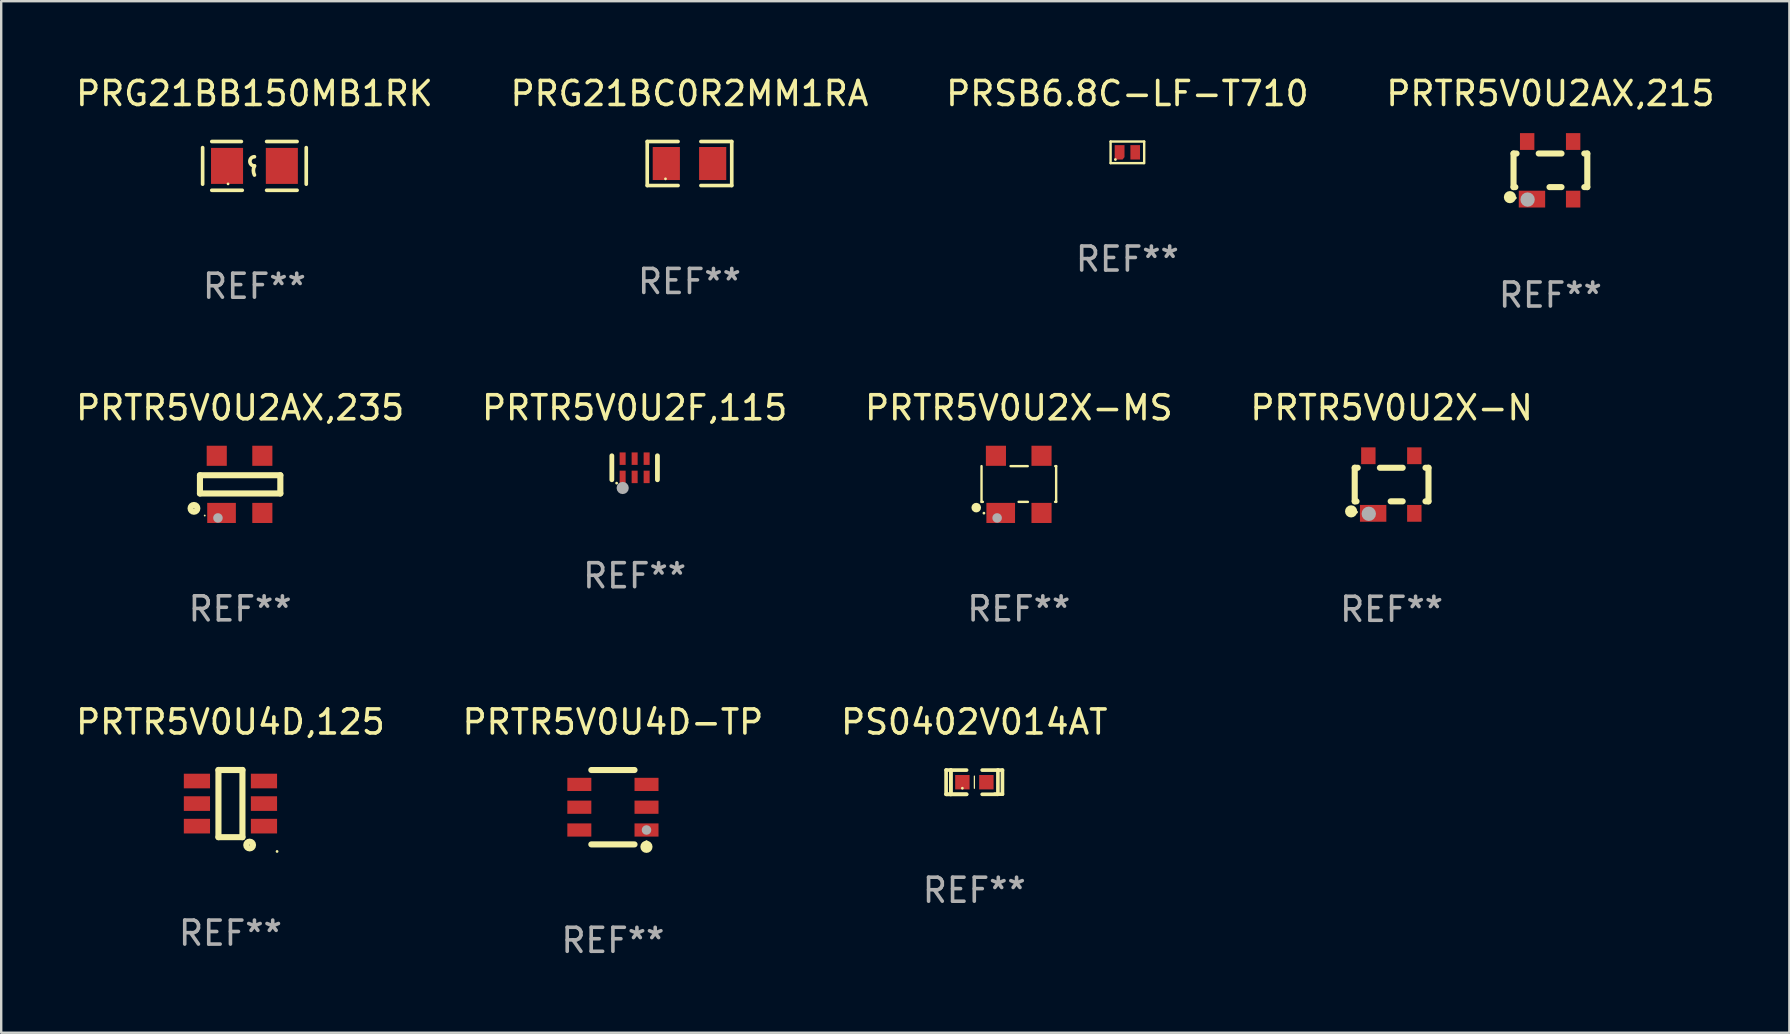
<source format=kicad_pcb>
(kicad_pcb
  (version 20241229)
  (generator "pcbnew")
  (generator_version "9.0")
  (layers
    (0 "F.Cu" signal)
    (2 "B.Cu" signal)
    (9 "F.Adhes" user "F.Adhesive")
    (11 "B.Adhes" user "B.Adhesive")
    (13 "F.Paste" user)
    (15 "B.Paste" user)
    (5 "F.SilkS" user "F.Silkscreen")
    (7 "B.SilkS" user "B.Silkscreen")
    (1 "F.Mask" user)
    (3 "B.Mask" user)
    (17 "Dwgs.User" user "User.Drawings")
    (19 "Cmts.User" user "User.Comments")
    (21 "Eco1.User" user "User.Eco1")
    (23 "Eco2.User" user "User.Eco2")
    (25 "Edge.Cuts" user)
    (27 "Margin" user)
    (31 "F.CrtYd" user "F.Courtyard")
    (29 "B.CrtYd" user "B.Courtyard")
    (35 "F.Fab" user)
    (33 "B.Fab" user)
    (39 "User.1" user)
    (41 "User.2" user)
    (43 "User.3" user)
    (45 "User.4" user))
  (footprint "PRTR5V0U2AX,235"
    (layer "F.Cu")
    (at 6.958 17.136)
    (property "Reference" "PRTR5V0U2AX,235" (at 0 -3.191 0) (layer "F.SilkS") (effects (font (size 1 1) (thickness 0.15))))
    (attr through_hole)
    (fp_line (start -1.675 -0.38) (end -1.675 0.38) (stroke (width 0.254) (type solid)) (layer "F.SilkS"))
    (fp_line (start -1.675 -0.38) (end 1.675 -0.38) (stroke (width 0.254) (type solid)) (layer "F.SilkS"))
    (fp_line (start -1.675 0.38) (end 1.675 0.38) (stroke (width 0.254) (type solid)) (layer "F.SilkS"))
    (fp_line (start 1.675 -0.38) (end 1.675 0.38) (stroke (width 0.254) (type solid)) (layer "F.SilkS"))
    (fp_circle (center -1.925 1) (end -1.783 1) (stroke (width 0.254) (type solid)) (fill no) (layer "F.SilkS"))
    (fp_circle (center -1.475 1.3) (end -1.455 1.3) (stroke (width 0.04) (type solid)) (fill no) (layer "F.SilkS"))
    (fp_circle (center -0.925 1.4) (end -0.825 1.4) (stroke (width 0.2) (type solid)) (fill no) (layer "F.Fab"))
    (fp_text user "REF**" (at 0 5.191 0) (layer "F.Fab") (effects (font (size 1 1) (thickness 0.15))))
    (pad "1" smd rect (at -0.775 1.191) (size 1.194 0.838) (layers "F.Cu" "F.Mask" "F.Paste"))
    (pad "2" smd rect (at 0.925 1.191) (size 0.838 0.838) (layers "F.Cu" "F.Mask" "F.Paste"))
    (pad "3" smd rect (at 0.925 -1.191) (size 0.838 0.838) (layers "F.Cu" "F.Mask" "F.Paste"))
    (pad "4" smd rect (at -0.975 -1.191) (size 0.838 0.838) (layers "F.Cu" "F.Mask" "F.Paste")))
  (footprint "PRTR5V0U2X-MS"
    (layer "F.Cu")
    (at 39.411 17.136)
    (property "Reference" "PRTR5V0U2X-MS" (at 0 -3.191 0) (layer "F.SilkS") (effects (font (size 1 1) (thickness 0.15))))
    (attr through_hole)
    (fp_line (start -1.555 0.73) (end -1.555 -0.76) (stroke (width 0.1) (type solid)) (layer "F.SilkS"))
    (fp_line (start -1.5 0.73) (end -1.555 0.73) (stroke (width 0.1) (type solid)) (layer "F.SilkS"))
    (fp_line (start -0.345 -0.76) (end 0.372 -0.76) (stroke (width 0.1) (type solid)) (layer "F.SilkS"))
    (fp_line (start 0.378 0.73) (end -0.01 0.73) (stroke (width 0.1) (type solid)) (layer "F.SilkS"))
    (fp_line (start 1.518 -0.76) (end 1.555 -0.76) (stroke (width 0.1) (type solid)) (layer "F.SilkS"))
    (fp_line (start 1.555 -0.76) (end 1.555 0.73) (stroke (width 0.1) (type solid)) (layer "F.SilkS"))
    (fp_line (start 1.555 0.73) (end 1.512 0.73) (stroke (width 0.1) (type solid)) (layer "F.SilkS"))
    (fp_circle (center -1.775 0.97) (end -1.675 0.97) (stroke (width 0.2) (type solid)) (fill no) (layer "F.SilkS"))
    (fp_circle (center -1.455 1.2) (end -1.425 1.2) (stroke (width 0.06) (type solid)) (fill no) (layer "F.SilkS"))
    (fp_circle (center -0.905 1.4) (end -0.805 1.4) (stroke (width 0.2) (type solid)) (fill no) (layer "F.Fab"))
    (fp_text user "REF**" (at 0 5.191 0) (layer "F.Fab") (effects (font (size 1 1) (thickness 0.15))))
    (pad "1" smd rect (at -0.755 1.191) (size 1.194 0.838) (layers "F.Cu" "F.Mask" "F.Paste"))
    (pad "2" smd rect (at 0.945 1.191) (size 0.838 0.838) (layers "F.Cu" "F.Mask" "F.Paste"))
    (pad "3" smd rect (at 0.945 -1.191) (size 0.838 0.838) (layers "F.Cu" "F.Mask" "F.Paste"))
    (pad "4" smd rect (at -0.955 -1.191) (size 0.838 0.838) (layers "F.Cu" "F.Mask" "F.Paste")))
  (footprint "PRSB6.8C-LF-T710"
    (layer "F.Cu")
    (at 43.935 3.298)
    (property "Reference" "PRSB6.8C-LF-T710" (at 0 -2.45 0) (layer "F.SilkS") (effects (font (size 1 1) (thickness 0.15))))
    (attr through_hole)
    (fp_line (start -0.7 -0.45) (end -0.7 0.45) (stroke (width 0.1) (type solid)) (layer "F.SilkS"))
    (fp_line (start -0.7 -0.45) (end 0.7 -0.45) (stroke (width 0.1) (type solid)) (layer "F.SilkS"))
    (fp_line (start -0.7 0.45) (end 0.69 0.45) (stroke (width 0.1) (type solid)) (layer "F.SilkS"))
    (fp_line (start 0.7 -0.45) (end 0.7 0.45) (stroke (width 0.1) (type solid)) (layer "F.SilkS"))
    (fp_circle (center -0.5 0.3) (end -0.47 0.3) (stroke (width 0.06) (type solid)) (fill no) (layer "F.SilkS"))
    (fp_text user "REF**" (at 0 4.45 0) (layer "F.Fab") (effects (font (size 1 1) (thickness 0.15))))
    (pad "1" smd custom (at -0.325 0) (size 0.41 0.6) (layers "F.Cu" "F.Mask" "F.Paste") (options (anchor circle)) (primitives (gr_poly (pts (xy -0.205 -0.3) (xy -0.205 0.3) (xy 0.125 0.3) (xy 0.205 0.2) (xy 0.205 -0.3) (xy -0.205 -0.3)) (width 0) (fill yes))))
    (pad "2" smd rect (at 0.325 0 90) (size 0.6 0.4) (layers "F.Cu" "F.Mask" "F.Paste")))
  (footprint "PRTR5V0U2X-N"
    (layer "F.Cu")
    (at 54.946 17.144)
    (property "Reference" "PRTR5V0U2X-N" (at 0 -3.2 0) (layer "F.SilkS") (effects (font (size 1 1) (thickness 0.15))))
    (attr through_hole)
    (fp_line (start -1.537 -0.7) (end -1.412 -0.7) (stroke (width 0.254) (type solid)) (layer "F.SilkS"))
    (fp_line (start -1.537 0.7) (end -1.537 -0.7) (stroke (width 0.254) (type solid)) (layer "F.SilkS"))
    (fp_line (start -1.537 0.7) (end -1.462 0.7) (stroke (width 0.254) (type solid)) (layer "F.SilkS"))
    (fp_line (start -0.488 -0.7) (end 0.462 -0.7) (stroke (width 0.254) (type solid)) (layer "F.SilkS"))
    (fp_line (start -0.038 0.7) (end 0.462 0.7) (stroke (width 0.254) (type solid)) (layer "F.SilkS"))
    (fp_line (start 1.412 -0.7) (end 1.537 -0.7) (stroke (width 0.254) (type solid)) (layer "F.SilkS"))
    (fp_line (start 1.412 0.7) (end 1.537 0.7) (stroke (width 0.254) (type solid)) (layer "F.SilkS"))
    (fp_line (start 1.537 0.7) (end 1.537 -0.7) (stroke (width 0.254) (type solid)) (layer "F.SilkS"))
    (fp_circle (center -1.687 1.118) (end -1.56 1.118) (stroke (width 0.254) (type solid)) (fill no) (layer "F.SilkS"))
    (fp_circle (center -1.461 1.15) (end -1.431 1.15) (stroke (width 0.06) (type solid)) (fill no) (layer "F.SilkS"))
    (fp_circle (center -0.951 1.219) (end -0.801 1.219) (stroke (width 0.3) (type solid)) (fill no) (layer "F.Fab"))
    (fp_text user "REF**" (at 0 5.2 0) (layer "F.Fab") (effects (font (size 1 1) (thickness 0.15))))
    (pad "1" smd rect (at -0.769 1.2) (size 1.1 0.7) (layers "F.Cu" "F.Mask" "F.Paste"))
    (pad "2" smd rect (at 0.947 1.2) (size 0.6 0.7) (layers "F.Cu" "F.Mask" "F.Paste"))
    (pad "3" smd rect (at 0.947 -1.2) (size 0.6 0.7) (layers "F.Cu" "F.Mask" "F.Paste"))
    (pad "4" smd rect (at -0.969 -1.2) (size 0.6 0.7) (layers "F.Cu" "F.Mask" "F.Paste")))
  (footprint "PRG21BC0R2MM1RA"
    (layer "F.Cu")
    (at 25.685 3.765)
    (property "Reference" "PRG21BC0R2MM1RA" (at 0 -2.917 0) (layer "F.SilkS") (effects (font (size 1 1) (thickness 0.15))))
    (attr through_hole)
    (fp_line (start -1.761 -0.917) (end -0.476 -0.917) (stroke (width 0.152) (type solid)) (layer "F.SilkS"))
    (fp_line (start -1.761 0.917) (end -1.761 -0.917) (stroke (width 0.152) (type solid)) (layer "F.SilkS"))
    (fp_line (start -0.476 0.917) (end -1.761 0.917) (stroke (width 0.152) (type solid)) (layer "F.SilkS"))
    (fp_line (start 0.476 0.917) (end 1.761 0.917) (stroke (width 0.152) (type solid)) (layer "F.SilkS"))
    (fp_line (start 1.761 -0.917) (end 0.476 -0.917) (stroke (width 0.152) (type solid)) (layer "F.SilkS"))
    (fp_line (start 1.761 0.917) (end 1.761 -0.917) (stroke (width 0.152) (type solid)) (layer "F.SilkS"))
    (fp_circle (center -1 0.638) (end -0.97 0.638) (stroke (width 0.06) (type solid)) (fill no) (layer "F.SilkS"))
    (fp_text user "REF**" (at 0 4.917 0) (layer "F.Fab") (effects (font (size 1 1) (thickness 0.15))))
    (pad "1" smd rect (at -0.966 0) (size 1.133 1.377) (layers "F.Cu" "F.Mask" "F.Paste"))
    (pad "2" smd rect (at 0.966 0) (size 1.133 1.377) (layers "F.Cu" "F.Mask" "F.Paste")))
  (footprint "PS0402V014AT"
    (layer "F.Cu")
    (at 37.554 29.547)
    (property "Reference" "PS0402V014AT" (at 0 -2.506 0) (layer "F.SilkS") (effects (font (size 1 1) (thickness 0.15))))
    (attr through_hole)
    (fp_line (start -1.174 -0.506) (end -0.977 -0.502) (stroke (width 0.152) (type solid)) (layer "F.SilkS"))
    (fp_line (start -1.174 0.506) (end -1.174 -0.506) (stroke (width 0.152) (type solid)) (layer "F.SilkS"))
    (fp_line (start -0.977 -0.502) (end -0.977 0.506) (stroke (width 0.152) (type solid)) (layer "F.SilkS"))
    (fp_line (start -0.977 -0.502) (end -0.977 0.506) (stroke (width 0.152) (type solid)) (layer "F.SilkS"))
    (fp_line (start -0.977 0.506) (end -1.166 0.506) (stroke (width 0.152) (type solid)) (layer "F.SilkS"))
    (fp_line (start -0.977 0.506) (end -0.32 0.506) (stroke (width 0.152) (type solid)) (layer "F.SilkS"))
    (fp_line (start -0.977 0.506) (end -0.32 0.506) (stroke (width 0.152) (type solid)) (layer "F.SilkS"))
    (fp_line (start -0.971 0.506) (end -1.174 0.506) (stroke (width 0.152) (type solid)) (layer "F.SilkS"))
    (fp_line (start -0.32 -0.502) (end -0.977 -0.502) (stroke (width 0.152) (type solid)) (layer "F.SilkS"))
    (fp_line (start 0.004 -0.252) (end 0.004 0.256) (stroke (width 0.051) (type solid)) (layer "F.SilkS"))
    (fp_line (start 0.328 0.506) (end 0.985 0.506) (stroke (width 0.152) (type solid)) (layer "F.SilkS"))
    (fp_line (start 0.985 -0.502) (end 0.328 -0.502) (stroke (width 0.152) (type solid)) (layer "F.SilkS"))
    (fp_line (start 0.985 -0.502) (end 1.174 -0.502) (stroke (width 0.152) (type solid)) (layer "F.SilkS"))
    (fp_line (start 0.985 0.506) (end 0.985 -0.502) (stroke (width 0.152) (type solid)) (layer "F.SilkS"))
    (fp_line (start 1.174 -0.502) (end 1.174 0.502) (stroke (width 0.152) (type solid)) (layer "F.SilkS"))
    (fp_line (start 1.174 0.502) (end 0.851 0.502) (stroke (width 0.152) (type solid)) (layer "F.SilkS"))
    (fp_circle (center -0.497 0.253) (end -0.467 0.253) (stroke (width 0.06) (type solid)) (fill no) (layer "F.SilkS"))
    (fp_text user "REF**" (at 0 4.506 0) (layer "F.Fab") (effects (font (size 1 1) (thickness 0.15))))
    (pad "1" smd rect (at -0.496 0.002) (size 0.6 0.6) (layers "F.Cu" "F.Mask" "F.Paste"))
    (pad "2" smd rect (at 0.504 0.002) (size 0.6 0.6) (layers "F.Cu" "F.Mask" "F.Paste")))
  (footprint "PRTR5V0U4D-TP"
    (layer "F.Cu")
    (at 22.494 30.591)
    (property "Reference" "PRTR5V0U4D-TP" (at 0 -3.55 0) (layer "F.SilkS") (effects (font (size 1 1) (thickness 0.15))))
    (attr through_hole)
    (fp_line (start -0.9 -1.55) (end 0.9 -1.55) (stroke (width 0.254) (type solid)) (layer "F.SilkS"))
    (fp_line (start -0.9 1.55) (end 0.9 1.55) (stroke (width 0.254) (type solid)) (layer "F.SilkS"))
    (fp_circle (center 1.397 1.651) (end 1.524 1.651) (stroke (width 0.254) (type solid)) (fill no) (layer "F.SilkS"))
    (fp_circle (center 1.4 1.435) (end 1.43 1.435) (stroke (width 0.06) (type solid)) (fill no) (layer "F.SilkS"))
    (fp_circle (center 1.4 0.95) (end 1.5 0.95) (stroke (width 0.2) (type solid)) (fill no) (layer "F.Fab"))
    (fp_text user "REF**" (at 0 5.55 0) (layer "F.Fab") (effects (font (size 1 1) (thickness 0.15))))
    (pad "1" smd rect (at 1.4 0.95) (size 1 0.55) (layers "F.Cu" "F.Mask" "F.Paste"))
    (pad "2" smd rect (at 1.4 -0.000102) (size 1 0.55) (layers "F.Cu" "F.Mask" "F.Paste"))
    (pad "3" smd rect (at 1.4 -0.95) (size 1 0.55) (layers "F.Cu" "F.Mask" "F.Paste"))
    (pad "4" smd rect (at -1.4 -0.95) (size 1 0.55) (layers "F.Cu" "F.Mask" "F.Paste"))
    (pad "5" smd rect (at -1.4 -0.000102) (size 1 0.55) (layers "F.Cu" "F.Mask" "F.Paste"))
    (pad "6" smd rect (at -1.4 0.95) (size 1 0.55) (layers "F.Cu" "F.Mask" "F.Paste")))
  (footprint "PRG21BB150MB1RK"
    (layer "F.Cu")
    (at 7.554 3.864)
    (property "Reference" "PRG21BB150MB1RK" (at 0 -3.016 0) (layer "F.SilkS") (effects (font (size 1 1) (thickness 0.15))))
    (attr through_hole)
    (fp_line (start -2.159 -0.762) (end -2.159 0.762) (stroke (width 0.152) (type solid)) (layer "F.SilkS"))
    (fp_line (start -1.778 -1.016) (end -0.545 -1.016) (stroke (width 0.152) (type solid)) (layer "F.SilkS"))
    (fp_line (start -0.508 1.016) (end -1.778 1.016) (stroke (width 0.152) (type solid)) (layer "F.SilkS"))
    (fp_line (start 0.508 1.016) (end 1.778 1.016) (stroke (width 0.152) (type solid)) (layer "F.SilkS"))
    (fp_line (start 1.778 -1.016) (end 0.508 -1.016) (stroke (width 0.152) (type solid)) (layer "F.SilkS"))
    (fp_line (start 2.159 -0.762) (end 2.159 0.762) (stroke (width 0.152) (type solid)) (layer "F.SilkS"))
    (fp_arc (start 0 0) (mid -0.1905 -0.1905) (end 0 -0.381) (stroke (width 0.151994) (type solid)) (layer "F.SilkS"))
    (fp_arc (start 0 0.381001) (mid -0.044971 0.1905) (end 0 0) (stroke (width 0.151994) (type solid)) (layer "F.SilkS"))
    (fp_circle (center -1.1 0.75) (end -1.07 0.75) (stroke (width 0.06) (type solid)) (fill no) (layer "F.SilkS"))
    (fp_text user "REF**" (at 0 5.016 0) (layer "F.Fab") (effects (font (size 1 1) (thickness 0.15))))
    (pad "1" smd rect (at -1.142 0) (size 1.335 1.5) (layers "F.Cu" "F.Mask" "F.Paste"))
    (pad "2" smd rect (at 1.142 0) (size 1.335 1.5) (layers "F.Cu" "F.Mask" "F.Paste")))
  (footprint "PRTR5V0U2AX,215"
    (layer "F.Cu")
    (at 61.565 4.048)
    (property "Reference" "PRTR5V0U2AX,215" (at 0 -3.2 0) (layer "F.SilkS") (effects (font (size 1 1) (thickness 0.15))))
    (attr through_hole)
    (fp_line (start -1.537 -0.7) (end -1.412 -0.7) (stroke (width 0.254) (type solid)) (layer "F.SilkS"))
    (fp_line (start -1.537 0.7) (end -1.537 -0.7) (stroke (width 0.254) (type solid)) (layer "F.SilkS"))
    (fp_line (start -1.537 0.7) (end -1.462 0.7) (stroke (width 0.254) (type solid)) (layer "F.SilkS"))
    (fp_line (start -0.488 -0.7) (end 0.462 -0.7) (stroke (width 0.254) (type solid)) (layer "F.SilkS"))
    (fp_line (start -0.038 0.7) (end 0.462 0.7) (stroke (width 0.254) (type solid)) (layer "F.SilkS"))
    (fp_line (start 1.412 -0.7) (end 1.537 -0.7) (stroke (width 0.254) (type solid)) (layer "F.SilkS"))
    (fp_line (start 1.412 0.7) (end 1.537 0.7) (stroke (width 0.254) (type solid)) (layer "F.SilkS"))
    (fp_line (start 1.537 0.7) (end 1.537 -0.7) (stroke (width 0.254) (type solid)) (layer "F.SilkS"))
    (fp_circle (center -1.687 1.118) (end -1.56 1.118) (stroke (width 0.254) (type solid)) (fill no) (layer "F.SilkS"))
    (fp_circle (center -1.461 1.15) (end -1.431 1.15) (stroke (width 0.06) (type solid)) (fill no) (layer "F.SilkS"))
    (fp_circle (center -0.951 1.219) (end -0.801 1.219) (stroke (width 0.3) (type solid)) (fill no) (layer "F.Fab"))
    (fp_text user "REF**" (at 0 5.2 0) (layer "F.Fab") (effects (font (size 1 1) (thickness 0.15))))
    (pad "1" smd rect (at -0.769 1.2) (size 1.1 0.7) (layers "F.Cu" "F.Mask" "F.Paste"))
    (pad "2" smd rect (at 0.947 1.2) (size 0.6 0.7) (layers "F.Cu" "F.Mask" "F.Paste"))
    (pad "3" smd rect (at 0.947 -1.2) (size 0.6 0.7) (layers "F.Cu" "F.Mask" "F.Paste"))
    (pad "4" smd rect (at -0.969 -1.2) (size 0.6 0.7) (layers "F.Cu" "F.Mask" "F.Paste")))
  (footprint "PRTR5V0U4D,125"
    (layer "F.Cu")
    (at 6.554 30.44)
    (property "Reference" "PRTR5V0U4D,125" (at 0 -3.4 0) (layer "F.SilkS") (effects (font (size 1 1) (thickness 0.15))))
    (attr through_hole)
    (fp_line (start -0.5 -1.4) (end -0.5 1.4) (stroke (width 0.254) (type solid)) (layer "F.SilkS"))
    (fp_line (start -0.5 1.4) (end 0.5 1.4) (stroke (width 0.254) (type solid)) (layer "F.SilkS"))
    (fp_line (start 0.5 -1.4) (end -0.5 -1.4) (stroke (width 0.254) (type solid)) (layer "F.SilkS"))
    (fp_line (start 0.5 1.4) (end 0.5 -1.4) (stroke (width 0.254) (type solid)) (layer "F.SilkS"))
    (fp_circle (center 0.8 1.727) (end 0.941 1.727) (stroke (width 0.254) (type solid)) (fill no) (layer "F.SilkS"))
    (fp_circle (center 1.943 1.995) (end 1.973 1.995) (stroke (width 0.06) (type solid)) (fill no) (layer "F.SilkS"))
    (fp_text user "REF**" (at 0 5.4 0) (layer "F.Fab") (effects (font (size 1 1) (thickness 0.15))))
    (pad "1" smd rect (at 1.397 0.94 270) (size 0.61 1.092) (layers "F.Cu" "F.Mask" "F.Paste"))
    (pad "2" smd rect (at 1.397 0 270) (size 0.61 1.092) (layers "F.Cu" "F.Mask" "F.Paste"))
    (pad "3" smd rect (at 1.397 -0.94 270) (size 0.61 1.092) (layers "F.Cu" "F.Mask" "F.Paste"))
    (pad "4" smd rect (at -1.397 -0.94 270) (size 0.61 1.092) (layers "F.Cu" "F.Mask" "F.Paste"))
    (pad "5" smd rect (at -1.397 0 270) (size 0.61 1.092) (layers "F.Cu" "F.Mask" "F.Paste"))
    (pad "6" smd rect (at -1.397 0.94 270) (size 0.61 1.092) (layers "F.Cu" "F.Mask" "F.Paste")))
  (footprint "PRTR5V0U2F,115"
    (layer "F.Cu")
    (at 23.399 16.445)
    (property "Reference" "PRTR5V0U2F,115" (at 0 -2.5 0) (layer "F.SilkS") (effects (font (size 1 1) (thickness 0.15))))
    (attr through_hole)
    (fp_line (start -0.95 0.5) (end -0.95 -0.5) (stroke (width 0.2) (type solid)) (layer "F.SilkS"))
    (fp_line (start 0.95 0.5) (end 0.95 -0.5) (stroke (width 0.2) (type solid)) (layer "F.SilkS"))
    (fp_circle (center -0.75 0.64) (end -0.72 0.64) (stroke (width 0.06) (type solid)) (fill no) (layer "F.SilkS"))
    (fp_circle (center -0.498 0.842) (end -0.371 0.842) (stroke (width 0.254) (type solid)) (fill no) (layer "F.Fab"))
    (fp_text user "REF**" (at 0 4.5 0) (layer "F.Fab") (effects (font (size 1 1) (thickness 0.15))))
    (pad "1" smd rect (at -0.5 0.38) (size 0.25 0.52) (layers "F.Cu" "F.Mask" "F.Paste"))
    (pad "2" smd rect (at 0 0.38) (size 0.25 0.52) (layers "F.Cu" "F.Mask" "F.Paste"))
    (pad "3" smd rect (at 0.5 0.38) (size 0.25 0.52) (layers "F.Cu" "F.Mask" "F.Paste"))
    (pad "4" smd rect (at 0.5 -0.38 180) (size 0.25 0.52) (layers "F.Cu" "F.Mask" "F.Paste"))
    (pad "5" smd rect (at 0 -0.38 180) (size 0.25 0.52) (layers "F.Cu" "F.Mask" "F.Paste"))
    (pad "6" smd rect (at -0.5 -0.38 180) (size 0.25 0.52) (layers "F.Cu" "F.Mask" "F.Paste")))
  (gr_rect
    (start -3 -3)
    (end 71.524 39.989)
    (stroke (width 0.1) (type default))
    (fill no)
    (layer "Edge.Cuts")))
</source>
